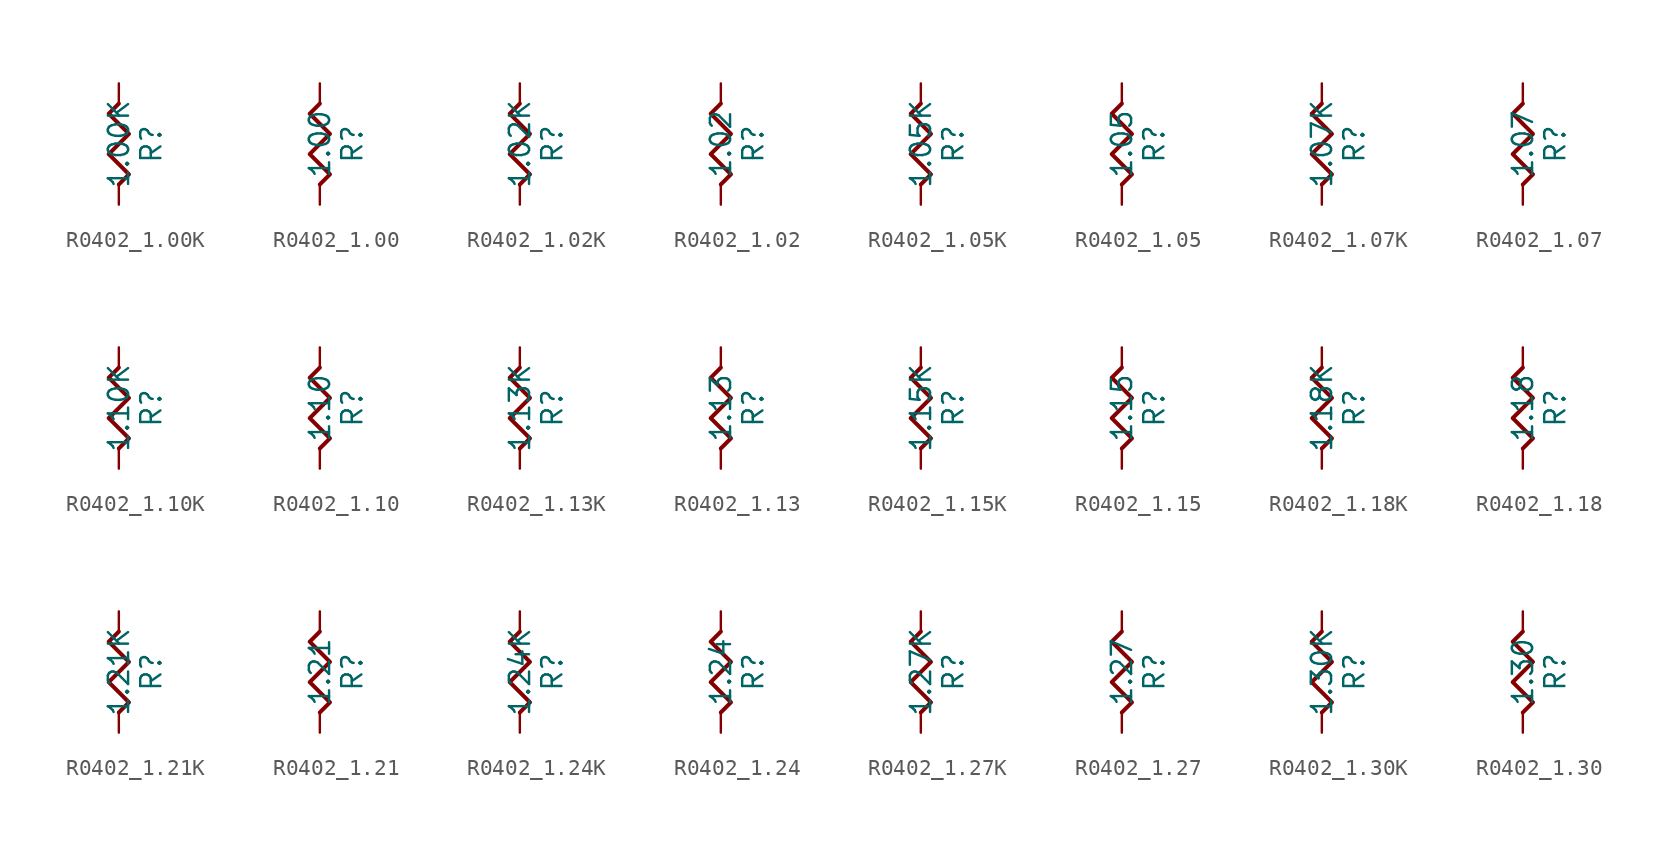
<source format=kicad_sym>
(kicad_symbol_lib
  (version 20211014)
  (generator atlantix-eda)
  (symbol "R0402_1.00K"
    (pin_numbers hide)
    (pin_names
      (offset 0))
    (property "Reference" "R"
      (at 2.032 0 90)
      (effects (font (size 1.27 1.27))))
    (property "Value" "1.00K"
      (at 0 0 90)
      (effects (font (size 1.27 1.27))))
    (symbol "R0402_1.00K_0_1"
      (polyline (pts (xy 0 -2.54) (xy 0.635 -1.905) (xy -0.635 -0.635) (xy 0.635 0.635) (xy -0.635 1.905) (xy 0 2.54)) (stroke (width 0.254) (type default) (color 0 0 0 0)) (fill (type none))))
    (symbol "R0402_1.00K_1_1"
      (pin passive line (at 0 3.81 270) (length 1.27) (name "~" (effects (font (size 1.27 1.27)))) (number "1" (effects (font (size 1.27 1.27)))))
      (pin passive line (at 0 -3.81 90) (length 1.27) (name "~" (effects (font (size 1.27 1.27)))) (number "2" (effects (font (size 1.27 1.27)))))))
  (symbol "R0402_1.00"
    (pin_numbers hide)
    (pin_names
      (offset 0))
    (property "Reference" "R"
      (at 2.032 0 90)
      (effects (font (size 1.27 1.27))))
    (property "Value" "1.00"
      (at 0 0 90)
      (effects (font (size 1.27 1.27))))
    (symbol "R0402_1.00_0_1"
      (polyline (pts (xy 0 -2.54) (xy 0.635 -1.905) (xy -0.635 -0.635) (xy 0.635 0.635) (xy -0.635 1.905) (xy 0 2.54)) (stroke (width 0.254) (type default) (color 0 0 0 0)) (fill (type none))))
    (symbol "R0402_1.00_1_1"
      (pin passive line (at 0 3.81 270) (length 1.27) (name "~" (effects (font (size 1.27 1.27)))) (number "1" (effects (font (size 1.27 1.27)))))
      (pin passive line (at 0 -3.81 90) (length 1.27) (name "~" (effects (font (size 1.27 1.27)))) (number "2" (effects (font (size 1.27 1.27)))))))
  (symbol "R0402_1.02K"
    (pin_numbers hide)
    (pin_names
      (offset 0))
    (property "Reference" "R"
      (at 2.032 0 90)
      (effects (font (size 1.27 1.27))))
    (property "Value" "1.02K"
      (at 0 0 90)
      (effects (font (size 1.27 1.27))))
    (symbol "R0402_1.02K_0_1"
      (polyline (pts (xy 0 -2.54) (xy 0.635 -1.905) (xy -0.635 -0.635) (xy 0.635 0.635) (xy -0.635 1.905) (xy 0 2.54)) (stroke (width 0.254) (type default) (color 0 0 0 0)) (fill (type none))))
    (symbol "R0402_1.02K_1_1"
      (pin passive line (at 0 3.81 270) (length 1.27) (name "~" (effects (font (size 1.27 1.27)))) (number "1" (effects (font (size 1.27 1.27)))))
      (pin passive line (at 0 -3.81 90) (length 1.27) (name "~" (effects (font (size 1.27 1.27)))) (number "2" (effects (font (size 1.27 1.27)))))))
  (symbol "R0402_1.02"
    (pin_numbers hide)
    (pin_names
      (offset 0))
    (property "Reference" "R"
      (at 2.032 0 90)
      (effects (font (size 1.27 1.27))))
    (property "Value" "1.02"
      (at 0 0 90)
      (effects (font (size 1.27 1.27))))
    (symbol "R0402_1.02_0_1"
      (polyline (pts (xy 0 -2.54) (xy 0.635 -1.905) (xy -0.635 -0.635) (xy 0.635 0.635) (xy -0.635 1.905) (xy 0 2.54)) (stroke (width 0.254) (type default) (color 0 0 0 0)) (fill (type none))))
    (symbol "R0402_1.02_1_1"
      (pin passive line (at 0 3.81 270) (length 1.27) (name "~" (effects (font (size 1.27 1.27)))) (number "1" (effects (font (size 1.27 1.27)))))
      (pin passive line (at 0 -3.81 90) (length 1.27) (name "~" (effects (font (size 1.27 1.27)))) (number "2" (effects (font (size 1.27 1.27)))))))
  (symbol "R0402_1.05K"
    (pin_numbers hide)
    (pin_names
      (offset 0))
    (property "Reference" "R"
      (at 2.032 0 90)
      (effects (font (size 1.27 1.27))))
    (property "Value" "1.05K"
      (at 0 0 90)
      (effects (font (size 1.27 1.27))))
    (symbol "R0402_1.05K_0_1"
      (polyline (pts (xy 0 -2.54) (xy 0.635 -1.905) (xy -0.635 -0.635) (xy 0.635 0.635) (xy -0.635 1.905) (xy 0 2.54)) (stroke (width 0.254) (type default) (color 0 0 0 0)) (fill (type none))))
    (symbol "R0402_1.05K_1_1"
      (pin passive line (at 0 3.81 270) (length 1.27) (name "~" (effects (font (size 1.27 1.27)))) (number "1" (effects (font (size 1.27 1.27)))))
      (pin passive line (at 0 -3.81 90) (length 1.27) (name "~" (effects (font (size 1.27 1.27)))) (number "2" (effects (font (size 1.27 1.27)))))))
  (symbol "R0402_1.05"
    (pin_numbers hide)
    (pin_names
      (offset 0))
    (property "Reference" "R"
      (at 2.032 0 90)
      (effects (font (size 1.27 1.27))))
    (property "Value" "1.05"
      (at 0 0 90)
      (effects (font (size 1.27 1.27))))
    (symbol "R0402_1.05_0_1"
      (polyline (pts (xy 0 -2.54) (xy 0.635 -1.905) (xy -0.635 -0.635) (xy 0.635 0.635) (xy -0.635 1.905) (xy 0 2.54)) (stroke (width 0.254) (type default) (color 0 0 0 0)) (fill (type none))))
    (symbol "R0402_1.05_1_1"
      (pin passive line (at 0 3.81 270) (length 1.27) (name "~" (effects (font (size 1.27 1.27)))) (number "1" (effects (font (size 1.27 1.27)))))
      (pin passive line (at 0 -3.81 90) (length 1.27) (name "~" (effects (font (size 1.27 1.27)))) (number "2" (effects (font (size 1.27 1.27)))))))
  (symbol "R0402_1.07K"
    (pin_numbers hide)
    (pin_names
      (offset 0))
    (property "Reference" "R"
      (at 2.032 0 90)
      (effects (font (size 1.27 1.27))))
    (property "Value" "1.07K"
      (at 0 0 90)
      (effects (font (size 1.27 1.27))))
    (symbol "R0402_1.07K_0_1"
      (polyline (pts (xy 0 -2.54) (xy 0.635 -1.905) (xy -0.635 -0.635) (xy 0.635 0.635) (xy -0.635 1.905) (xy 0 2.54)) (stroke (width 0.254) (type default) (color 0 0 0 0)) (fill (type none))))
    (symbol "R0402_1.07K_1_1"
      (pin passive line (at 0 3.81 270) (length 1.27) (name "~" (effects (font (size 1.27 1.27)))) (number "1" (effects (font (size 1.27 1.27)))))
      (pin passive line (at 0 -3.81 90) (length 1.27) (name "~" (effects (font (size 1.27 1.27)))) (number "2" (effects (font (size 1.27 1.27)))))))
  (symbol "R0402_1.07"
    (pin_numbers hide)
    (pin_names
      (offset 0))
    (property "Reference" "R"
      (at 2.032 0 90)
      (effects (font (size 1.27 1.27))))
    (property "Value" "1.07"
      (at 0 0 90)
      (effects (font (size 1.27 1.27))))
    (symbol "R0402_1.07_0_1"
      (polyline (pts (xy 0 -2.54) (xy 0.635 -1.905) (xy -0.635 -0.635) (xy 0.635 0.635) (xy -0.635 1.905) (xy 0 2.54)) (stroke (width 0.254) (type default) (color 0 0 0 0)) (fill (type none))))
    (symbol "R0402_1.07_1_1"
      (pin passive line (at 0 3.81 270) (length 1.27) (name "~" (effects (font (size 1.27 1.27)))) (number "1" (effects (font (size 1.27 1.27)))))
      (pin passive line (at 0 -3.81 90) (length 1.27) (name "~" (effects (font (size 1.27 1.27)))) (number "2" (effects (font (size 1.27 1.27)))))))
  (symbol "R0402_1.10K"
    (pin_numbers hide)
    (pin_names
      (offset 0))
    (property "Reference" "R"
      (at 2.032 0 90)
      (effects (font (size 1.27 1.27))))
    (property "Value" "1.10K"
      (at 0 0 90)
      (effects (font (size 1.27 1.27))))
    (symbol "R0402_1.10K_0_1"
      (polyline (pts (xy 0 -2.54) (xy 0.635 -1.905) (xy -0.635 -0.635) (xy 0.635 0.635) (xy -0.635 1.905) (xy 0 2.54)) (stroke (width 0.254) (type default) (color 0 0 0 0)) (fill (type none))))
    (symbol "R0402_1.10K_1_1"
      (pin passive line (at 0 3.81 270) (length 1.27) (name "~" (effects (font (size 1.27 1.27)))) (number "1" (effects (font (size 1.27 1.27)))))
      (pin passive line (at 0 -3.81 90) (length 1.27) (name "~" (effects (font (size 1.27 1.27)))) (number "2" (effects (font (size 1.27 1.27)))))))
  (symbol "R0402_1.10"
    (pin_numbers hide)
    (pin_names
      (offset 0))
    (property "Reference" "R"
      (at 2.032 0 90)
      (effects (font (size 1.27 1.27))))
    (property "Value" "1.10"
      (at 0 0 90)
      (effects (font (size 1.27 1.27))))
    (symbol "R0402_1.10_0_1"
      (polyline (pts (xy 0 -2.54) (xy 0.635 -1.905) (xy -0.635 -0.635) (xy 0.635 0.635) (xy -0.635 1.905) (xy 0 2.54)) (stroke (width 0.254) (type default) (color 0 0 0 0)) (fill (type none))))
    (symbol "R0402_1.10_1_1"
      (pin passive line (at 0 3.81 270) (length 1.27) (name "~" (effects (font (size 1.27 1.27)))) (number "1" (effects (font (size 1.27 1.27)))))
      (pin passive line (at 0 -3.81 90) (length 1.27) (name "~" (effects (font (size 1.27 1.27)))) (number "2" (effects (font (size 1.27 1.27)))))))
  (symbol "R0402_1.13K"
    (pin_numbers hide)
    (pin_names
      (offset 0))
    (property "Reference" "R"
      (at 2.032 0 90)
      (effects (font (size 1.27 1.27))))
    (property "Value" "1.13K"
      (at 0 0 90)
      (effects (font (size 1.27 1.27))))
    (symbol "R0402_1.13K_0_1"
      (polyline (pts (xy 0 -2.54) (xy 0.635 -1.905) (xy -0.635 -0.635) (xy 0.635 0.635) (xy -0.635 1.905) (xy 0 2.54)) (stroke (width 0.254) (type default) (color 0 0 0 0)) (fill (type none))))
    (symbol "R0402_1.13K_1_1"
      (pin passive line (at 0 3.81 270) (length 1.27) (name "~" (effects (font (size 1.27 1.27)))) (number "1" (effects (font (size 1.27 1.27)))))
      (pin passive line (at 0 -3.81 90) (length 1.27) (name "~" (effects (font (size 1.27 1.27)))) (number "2" (effects (font (size 1.27 1.27)))))))
  (symbol "R0402_1.13"
    (pin_numbers hide)
    (pin_names
      (offset 0))
    (property "Reference" "R"
      (at 2.032 0 90)
      (effects (font (size 1.27 1.27))))
    (property "Value" "1.13"
      (at 0 0 90)
      (effects (font (size 1.27 1.27))))
    (symbol "R0402_1.13_0_1"
      (polyline (pts (xy 0 -2.54) (xy 0.635 -1.905) (xy -0.635 -0.635) (xy 0.635 0.635) (xy -0.635 1.905) (xy 0 2.54)) (stroke (width 0.254) (type default) (color 0 0 0 0)) (fill (type none))))
    (symbol "R0402_1.13_1_1"
      (pin passive line (at 0 3.81 270) (length 1.27) (name "~" (effects (font (size 1.27 1.27)))) (number "1" (effects (font (size 1.27 1.27)))))
      (pin passive line (at 0 -3.81 90) (length 1.27) (name "~" (effects (font (size 1.27 1.27)))) (number "2" (effects (font (size 1.27 1.27)))))))
  (symbol "R0402_1.15K"
    (pin_numbers hide)
    (pin_names
      (offset 0))
    (property "Reference" "R"
      (at 2.032 0 90)
      (effects (font (size 1.27 1.27))))
    (property "Value" "1.15K"
      (at 0 0 90)
      (effects (font (size 1.27 1.27))))
    (symbol "R0402_1.15K_0_1"
      (polyline (pts (xy 0 -2.54) (xy 0.635 -1.905) (xy -0.635 -0.635) (xy 0.635 0.635) (xy -0.635 1.905) (xy 0 2.54)) (stroke (width 0.254) (type default) (color 0 0 0 0)) (fill (type none))))
    (symbol "R0402_1.15K_1_1"
      (pin passive line (at 0 3.81 270) (length 1.27) (name "~" (effects (font (size 1.27 1.27)))) (number "1" (effects (font (size 1.27 1.27)))))
      (pin passive line (at 0 -3.81 90) (length 1.27) (name "~" (effects (font (size 1.27 1.27)))) (number "2" (effects (font (size 1.27 1.27)))))))
  (symbol "R0402_1.15"
    (pin_numbers hide)
    (pin_names
      (offset 0))
    (property "Reference" "R"
      (at 2.032 0 90)
      (effects (font (size 1.27 1.27))))
    (property "Value" "1.15"
      (at 0 0 90)
      (effects (font (size 1.27 1.27))))
    (symbol "R0402_1.15_0_1"
      (polyline (pts (xy 0 -2.54) (xy 0.635 -1.905) (xy -0.635 -0.635) (xy 0.635 0.635) (xy -0.635 1.905) (xy 0 2.54)) (stroke (width 0.254) (type default) (color 0 0 0 0)) (fill (type none))))
    (symbol "R0402_1.15_1_1"
      (pin passive line (at 0 3.81 270) (length 1.27) (name "~" (effects (font (size 1.27 1.27)))) (number "1" (effects (font (size 1.27 1.27)))))
      (pin passive line (at 0 -3.81 90) (length 1.27) (name "~" (effects (font (size 1.27 1.27)))) (number "2" (effects (font (size 1.27 1.27)))))))
  (symbol "R0402_1.18K"
    (pin_numbers hide)
    (pin_names
      (offset 0))
    (property "Reference" "R"
      (at 2.032 0 90)
      (effects (font (size 1.27 1.27))))
    (property "Value" "1.18K"
      (at 0 0 90)
      (effects (font (size 1.27 1.27))))
    (symbol "R0402_1.18K_0_1"
      (polyline (pts (xy 0 -2.54) (xy 0.635 -1.905) (xy -0.635 -0.635) (xy 0.635 0.635) (xy -0.635 1.905) (xy 0 2.54)) (stroke (width 0.254) (type default) (color 0 0 0 0)) (fill (type none))))
    (symbol "R0402_1.18K_1_1"
      (pin passive line (at 0 3.81 270) (length 1.27) (name "~" (effects (font (size 1.27 1.27)))) (number "1" (effects (font (size 1.27 1.27)))))
      (pin passive line (at 0 -3.81 90) (length 1.27) (name "~" (effects (font (size 1.27 1.27)))) (number "2" (effects (font (size 1.27 1.27)))))))
  (symbol "R0402_1.18"
    (pin_numbers hide)
    (pin_names
      (offset 0))
    (property "Reference" "R"
      (at 2.032 0 90)
      (effects (font (size 1.27 1.27))))
    (property "Value" "1.18"
      (at 0 0 90)
      (effects (font (size 1.27 1.27))))
    (symbol "R0402_1.18_0_1"
      (polyline (pts (xy 0 -2.54) (xy 0.635 -1.905) (xy -0.635 -0.635) (xy 0.635 0.635) (xy -0.635 1.905) (xy 0 2.54)) (stroke (width 0.254) (type default) (color 0 0 0 0)) (fill (type none))))
    (symbol "R0402_1.18_1_1"
      (pin passive line (at 0 3.81 270) (length 1.27) (name "~" (effects (font (size 1.27 1.27)))) (number "1" (effects (font (size 1.27 1.27)))))
      (pin passive line (at 0 -3.81 90) (length 1.27) (name "~" (effects (font (size 1.27 1.27)))) (number "2" (effects (font (size 1.27 1.27)))))))
  (symbol "R0402_1.21K"
    (pin_numbers hide)
    (pin_names
      (offset 0))
    (property "Reference" "R"
      (at 2.032 0 90)
      (effects (font (size 1.27 1.27))))
    (property "Value" "1.21K"
      (at 0 0 90)
      (effects (font (size 1.27 1.27))))
    (symbol "R0402_1.21K_0_1"
      (polyline (pts (xy 0 -2.54) (xy 0.635 -1.905) (xy -0.635 -0.635) (xy 0.635 0.635) (xy -0.635 1.905) (xy 0 2.54)) (stroke (width 0.254) (type default) (color 0 0 0 0)) (fill (type none))))
    (symbol "R0402_1.21K_1_1"
      (pin passive line (at 0 3.81 270) (length 1.27) (name "~" (effects (font (size 1.27 1.27)))) (number "1" (effects (font (size 1.27 1.27)))))
      (pin passive line (at 0 -3.81 90) (length 1.27) (name "~" (effects (font (size 1.27 1.27)))) (number "2" (effects (font (size 1.27 1.27)))))))
  (symbol "R0402_1.21"
    (pin_numbers hide)
    (pin_names
      (offset 0))
    (property "Reference" "R"
      (at 2.032 0 90)
      (effects (font (size 1.27 1.27))))
    (property "Value" "1.21"
      (at 0 0 90)
      (effects (font (size 1.27 1.27))))
    (symbol "R0402_1.21_0_1"
      (polyline (pts (xy 0 -2.54) (xy 0.635 -1.905) (xy -0.635 -0.635) (xy 0.635 0.635) (xy -0.635 1.905) (xy 0 2.54)) (stroke (width 0.254) (type default) (color 0 0 0 0)) (fill (type none))))
    (symbol "R0402_1.21_1_1"
      (pin passive line (at 0 3.81 270) (length 1.27) (name "~" (effects (font (size 1.27 1.27)))) (number "1" (effects (font (size 1.27 1.27)))))
      (pin passive line (at 0 -3.81 90) (length 1.27) (name "~" (effects (font (size 1.27 1.27)))) (number "2" (effects (font (size 1.27 1.27)))))))
  (symbol "R0402_1.24K"
    (pin_numbers hide)
    (pin_names
      (offset 0))
    (property "Reference" "R"
      (at 2.032 0 90)
      (effects (font (size 1.27 1.27))))
    (property "Value" "1.24K"
      (at 0 0 90)
      (effects (font (size 1.27 1.27))))
    (symbol "R0402_1.24K_0_1"
      (polyline (pts (xy 0 -2.54) (xy 0.635 -1.905) (xy -0.635 -0.635) (xy 0.635 0.635) (xy -0.635 1.905) (xy 0 2.54)) (stroke (width 0.254) (type default) (color 0 0 0 0)) (fill (type none))))
    (symbol "R0402_1.24K_1_1"
      (pin passive line (at 0 3.81 270) (length 1.27) (name "~" (effects (font (size 1.27 1.27)))) (number "1" (effects (font (size 1.27 1.27)))))
      (pin passive line (at 0 -3.81 90) (length 1.27) (name "~" (effects (font (size 1.27 1.27)))) (number "2" (effects (font (size 1.27 1.27)))))))
  (symbol "R0402_1.24"
    (pin_numbers hide)
    (pin_names
      (offset 0))
    (property "Reference" "R"
      (at 2.032 0 90)
      (effects (font (size 1.27 1.27))))
    (property "Value" "1.24"
      (at 0 0 90)
      (effects (font (size 1.27 1.27))))
    (symbol "R0402_1.24_0_1"
      (polyline (pts (xy 0 -2.54) (xy 0.635 -1.905) (xy -0.635 -0.635) (xy 0.635 0.635) (xy -0.635 1.905) (xy 0 2.54)) (stroke (width 0.254) (type default) (color 0 0 0 0)) (fill (type none))))
    (symbol "R0402_1.24_1_1"
      (pin passive line (at 0 3.81 270) (length 1.27) (name "~" (effects (font (size 1.27 1.27)))) (number "1" (effects (font (size 1.27 1.27)))))
      (pin passive line (at 0 -3.81 90) (length 1.27) (name "~" (effects (font (size 1.27 1.27)))) (number "2" (effects (font (size 1.27 1.27)))))))
  (symbol "R0402_1.27K"
    (pin_numbers hide)
    (pin_names
      (offset 0))
    (property "Reference" "R"
      (at 2.032 0 90)
      (effects (font (size 1.27 1.27))))
    (property "Value" "1.27K"
      (at 0 0 90)
      (effects (font (size 1.27 1.27))))
    (symbol "R0402_1.27K_0_1"
      (polyline (pts (xy 0 -2.54) (xy 0.635 -1.905) (xy -0.635 -0.635) (xy 0.635 0.635) (xy -0.635 1.905) (xy 0 2.54)) (stroke (width 0.254) (type default) (color 0 0 0 0)) (fill (type none))))
    (symbol "R0402_1.27K_1_1"
      (pin passive line (at 0 3.81 270) (length 1.27) (name "~" (effects (font (size 1.27 1.27)))) (number "1" (effects (font (size 1.27 1.27)))))
      (pin passive line (at 0 -3.81 90) (length 1.27) (name "~" (effects (font (size 1.27 1.27)))) (number "2" (effects (font (size 1.27 1.27)))))))
  (symbol "R0402_1.27"
    (pin_numbers hide)
    (pin_names
      (offset 0))
    (property "Reference" "R"
      (at 2.032 0 90)
      (effects (font (size 1.27 1.27))))
    (property "Value" "1.27"
      (at 0 0 90)
      (effects (font (size 1.27 1.27))))
    (symbol "R0402_1.27_0_1"
      (polyline (pts (xy 0 -2.54) (xy 0.635 -1.905) (xy -0.635 -0.635) (xy 0.635 0.635) (xy -0.635 1.905) (xy 0 2.54)) (stroke (width 0.254) (type default) (color 0 0 0 0)) (fill (type none))))
    (symbol "R0402_1.27_1_1"
      (pin passive line (at 0 3.81 270) (length 1.27) (name "~" (effects (font (size 1.27 1.27)))) (number "1" (effects (font (size 1.27 1.27)))))
      (pin passive line (at 0 -3.81 90) (length 1.27) (name "~" (effects (font (size 1.27 1.27)))) (number "2" (effects (font (size 1.27 1.27)))))))
  (symbol "R0402_1.30K"
    (pin_numbers hide)
    (pin_names
      (offset 0))
    (property "Reference" "R"
      (at 2.032 0 90)
      (effects (font (size 1.27 1.27))))
    (property "Value" "1.30K"
      (at 0 0 90)
      (effects (font (size 1.27 1.27))))
    (symbol "R0402_1.30K_0_1"
      (polyline (pts (xy 0 -2.54) (xy 0.635 -1.905) (xy -0.635 -0.635) (xy 0.635 0.635) (xy -0.635 1.905) (xy 0 2.54)) (stroke (width 0.254) (type default) (color 0 0 0 0)) (fill (type none))))
    (symbol "R0402_1.30K_1_1"
      (pin passive line (at 0 3.81 270) (length 1.27) (name "~" (effects (font (size 1.27 1.27)))) (number "1" (effects (font (size 1.27 1.27)))))
      (pin passive line (at 0 -3.81 90) (length 1.27) (name "~" (effects (font (size 1.27 1.27)))) (number "2" (effects (font (size 1.27 1.27)))))))
  (symbol "R0402_1.30"
    (pin_numbers hide)
    (pin_names
      (offset 0))
    (property "Reference" "R"
      (at 2.032 0 90)
      (effects (font (size 1.27 1.27))))
    (property "Value" "1.30"
      (at 0 0 90)
      (effects (font (size 1.27 1.27))))
    (symbol "R0402_1.30_0_1"
      (polyline (pts (xy 0 -2.54) (xy 0.635 -1.905) (xy -0.635 -0.635) (xy 0.635 0.635) (xy -0.635 1.905) (xy 0 2.54)) (stroke (width 0.254) (type default) (color 0 0 0 0)) (fill (type none))))
    (symbol "R0402_1.30_1_1"
      (pin passive line (at 0 3.81 270) (length 1.27) (name "~" (effects (font (size 1.27 1.27)))) (number "1" (effects (font (size 1.27 1.27)))))
      (pin passive line (at 0 -3.81 90) (length 1.27) (name "~" (effects (font (size 1.27 1.27)))) (number "2" (effects (font (size 1.27 1.27))))))))
</source>
